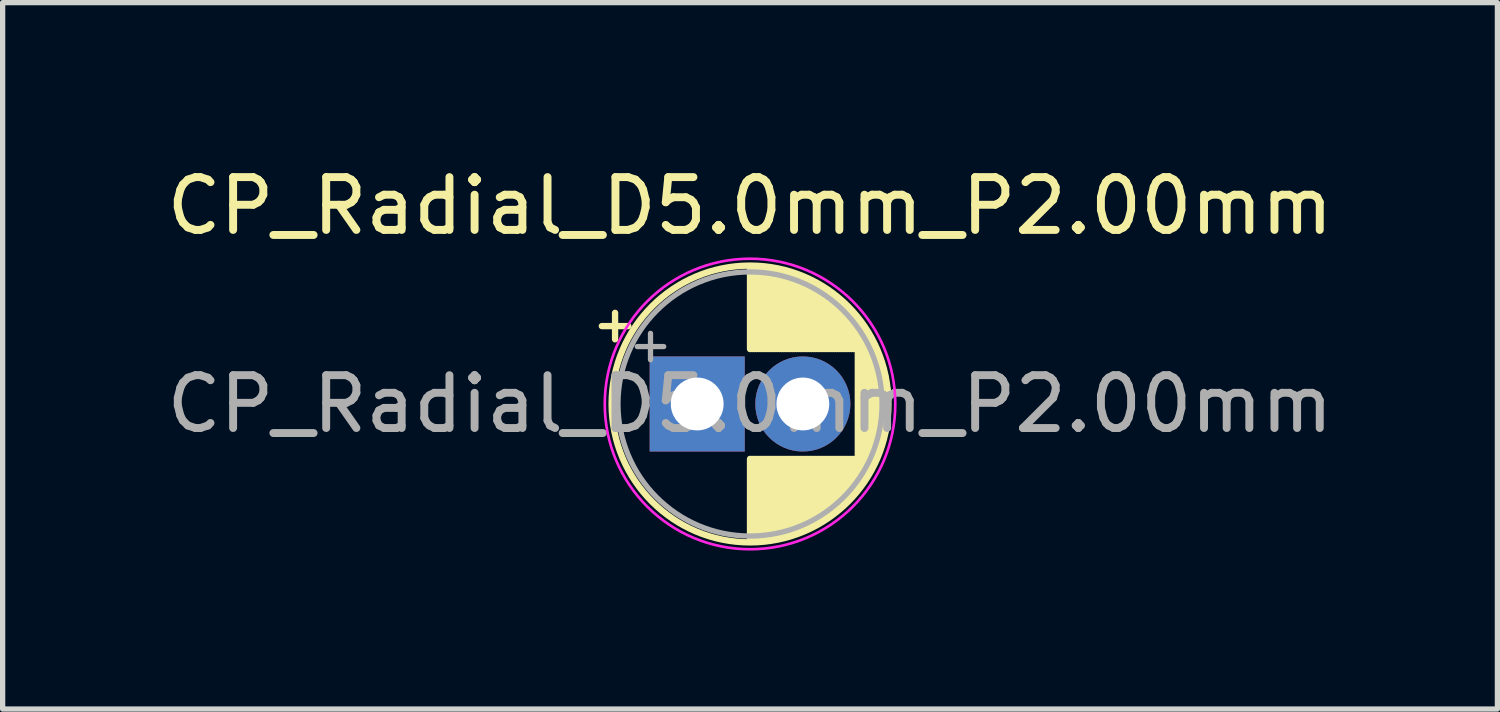
<source format=kicad_pcb>
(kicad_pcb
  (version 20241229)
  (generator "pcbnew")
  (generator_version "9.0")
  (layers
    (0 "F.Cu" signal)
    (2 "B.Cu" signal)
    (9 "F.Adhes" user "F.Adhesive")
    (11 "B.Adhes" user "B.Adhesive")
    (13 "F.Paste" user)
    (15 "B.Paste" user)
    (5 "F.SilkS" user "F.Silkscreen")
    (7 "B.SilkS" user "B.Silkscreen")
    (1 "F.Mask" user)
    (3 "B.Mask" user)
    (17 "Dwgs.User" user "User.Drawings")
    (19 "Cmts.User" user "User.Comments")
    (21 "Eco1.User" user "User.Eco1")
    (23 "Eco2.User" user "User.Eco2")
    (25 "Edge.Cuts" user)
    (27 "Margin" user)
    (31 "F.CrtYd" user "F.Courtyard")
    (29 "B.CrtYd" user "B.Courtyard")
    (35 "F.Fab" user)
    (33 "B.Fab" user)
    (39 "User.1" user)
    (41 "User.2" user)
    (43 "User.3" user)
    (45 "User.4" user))
  (footprint "CP_Radial_D5.0mm_P2.00mm"
    (layer "F.Cu")
    (at 10.149 4.598)
    (property "Reference" "CP_Radial_D5.0mm_P2.00mm" (at 1 -3.75 0) (layer "F.SilkS") (effects (font (size 1 1) (thickness 0.15))))
    (attr through_hole)
    (fp_line (start -1.805 -1.475) (end -1.305 -1.475) (stroke (width 0.12) (type solid)) (layer "F.SilkS"))
    (fp_line (start -1.555 -1.725) (end -1.555 -1.225) (stroke (width 0.12) (type solid)) (layer "F.SilkS"))
    (fp_line (start 1 -2.58) (end 1 -1.04) (stroke (width 0.12) (type solid)) (layer "F.SilkS"))
    (fp_line (start 1 1.04) (end 1 2.58) (stroke (width 0.12) (type solid)) (layer "F.SilkS"))
    (fp_line (start 1.04 -2.58) (end 1.04 -1.04) (stroke (width 0.12) (type solid)) (layer "F.SilkS"))
    (fp_line (start 1.04 1.04) (end 1.04 2.58) (stroke (width 0.12) (type solid)) (layer "F.SilkS"))
    (fp_line (start 1.08 -2.579) (end 1.08 -1.04) (stroke (width 0.12) (type solid)) (layer "F.SilkS"))
    (fp_line (start 1.08 1.04) (end 1.08 2.579) (stroke (width 0.12) (type solid)) (layer "F.SilkS"))
    (fp_line (start 1.12 -2.578) (end 1.12 -1.04) (stroke (width 0.12) (type solid)) (layer "F.SilkS"))
    (fp_line (start 1.12 1.04) (end 1.12 2.578) (stroke (width 0.12) (type solid)) (layer "F.SilkS"))
    (fp_line (start 1.16 -2.576) (end 1.16 -1.04) (stroke (width 0.12) (type solid)) (layer "F.SilkS"))
    (fp_line (start 1.16 1.04) (end 1.16 2.576) (stroke (width 0.12) (type solid)) (layer "F.SilkS"))
    (fp_line (start 1.2 -2.573) (end 1.2 -1.04) (stroke (width 0.12) (type solid)) (layer "F.SilkS"))
    (fp_line (start 1.2 1.04) (end 1.2 2.573) (stroke (width 0.12) (type solid)) (layer "F.SilkS"))
    (fp_line (start 1.24 -2.569) (end 1.24 -1.04) (stroke (width 0.12) (type solid)) (layer "F.SilkS"))
    (fp_line (start 1.24 1.04) (end 1.24 2.569) (stroke (width 0.12) (type solid)) (layer "F.SilkS"))
    (fp_line (start 1.28 -2.565) (end 1.28 -1.04) (stroke (width 0.12) (type solid)) (layer "F.SilkS"))
    (fp_line (start 1.28 1.04) (end 1.28 2.565) (stroke (width 0.12) (type solid)) (layer "F.SilkS"))
    (fp_line (start 1.32 -2.561) (end 1.32 -1.04) (stroke (width 0.12) (type solid)) (layer "F.SilkS"))
    (fp_line (start 1.32 1.04) (end 1.32 2.561) (stroke (width 0.12) (type solid)) (layer "F.SilkS"))
    (fp_line (start 1.36 -2.556) (end 1.36 -1.04) (stroke (width 0.12) (type solid)) (layer "F.SilkS"))
    (fp_line (start 1.36 1.04) (end 1.36 2.556) (stroke (width 0.12) (type solid)) (layer "F.SilkS"))
    (fp_line (start 1.4 -2.55) (end 1.4 -1.04) (stroke (width 0.12) (type solid)) (layer "F.SilkS"))
    (fp_line (start 1.4 1.04) (end 1.4 2.55) (stroke (width 0.12) (type solid)) (layer "F.SilkS"))
    (fp_line (start 1.44 -2.543) (end 1.44 -1.04) (stroke (width 0.12) (type solid)) (layer "F.SilkS"))
    (fp_line (start 1.44 1.04) (end 1.44 2.543) (stroke (width 0.12) (type solid)) (layer "F.SilkS"))
    (fp_line (start 1.48 -2.536) (end 1.48 -1.04) (stroke (width 0.12) (type solid)) (layer "F.SilkS"))
    (fp_line (start 1.48 1.04) (end 1.48 2.536) (stroke (width 0.12) (type solid)) (layer "F.SilkS"))
    (fp_line (start 1.52 -2.528) (end 1.52 -1.04) (stroke (width 0.12) (type solid)) (layer "F.SilkS"))
    (fp_line (start 1.52 1.04) (end 1.52 2.528) (stroke (width 0.12) (type solid)) (layer "F.SilkS"))
    (fp_line (start 1.56 -2.52) (end 1.56 -1.04) (stroke (width 0.12) (type solid)) (layer "F.SilkS"))
    (fp_line (start 1.56 1.04) (end 1.56 2.52) (stroke (width 0.12) (type solid)) (layer "F.SilkS"))
    (fp_line (start 1.6 -2.511) (end 1.6 -1.04) (stroke (width 0.12) (type solid)) (layer "F.SilkS"))
    (fp_line (start 1.6 1.04) (end 1.6 2.511) (stroke (width 0.12) (type solid)) (layer "F.SilkS"))
    (fp_line (start 1.64 -2.501) (end 1.64 -1.04) (stroke (width 0.12) (type solid)) (layer "F.SilkS"))
    (fp_line (start 1.64 1.04) (end 1.64 2.501) (stroke (width 0.12) (type solid)) (layer "F.SilkS"))
    (fp_line (start 1.68 -2.491) (end 1.68 -1.04) (stroke (width 0.12) (type solid)) (layer "F.SilkS"))
    (fp_line (start 1.68 1.04) (end 1.68 2.491) (stroke (width 0.12) (type solid)) (layer "F.SilkS"))
    (fp_line (start 1.721 -2.48) (end 1.721 -1.04) (stroke (width 0.12) (type solid)) (layer "F.SilkS"))
    (fp_line (start 1.721 1.04) (end 1.721 2.48) (stroke (width 0.12) (type solid)) (layer "F.SilkS"))
    (fp_line (start 1.761 -2.468) (end 1.761 -1.04) (stroke (width 0.12) (type solid)) (layer "F.SilkS"))
    (fp_line (start 1.761 1.04) (end 1.761 2.468) (stroke (width 0.12) (type solid)) (layer "F.SilkS"))
    (fp_line (start 1.801 -2.455) (end 1.801 -1.04) (stroke (width 0.12) (type solid)) (layer "F.SilkS"))
    (fp_line (start 1.801 1.04) (end 1.801 2.455) (stroke (width 0.12) (type solid)) (layer "F.SilkS"))
    (fp_line (start 1.841 -2.442) (end 1.841 -1.04) (stroke (width 0.12) (type solid)) (layer "F.SilkS"))
    (fp_line (start 1.841 1.04) (end 1.841 2.442) (stroke (width 0.12) (type solid)) (layer "F.SilkS"))
    (fp_line (start 1.881 -2.428) (end 1.881 -1.04) (stroke (width 0.12) (type solid)) (layer "F.SilkS"))
    (fp_line (start 1.881 1.04) (end 1.881 2.428) (stroke (width 0.12) (type solid)) (layer "F.SilkS"))
    (fp_line (start 1.921 -2.414) (end 1.921 -1.04) (stroke (width 0.12) (type solid)) (layer "F.SilkS"))
    (fp_line (start 1.921 1.04) (end 1.921 2.414) (stroke (width 0.12) (type solid)) (layer "F.SilkS"))
    (fp_line (start 1.961 -2.398) (end 1.961 -1.04) (stroke (width 0.12) (type solid)) (layer "F.SilkS"))
    (fp_line (start 1.961 1.04) (end 1.961 2.398) (stroke (width 0.12) (type solid)) (layer "F.SilkS"))
    (fp_line (start 2.001 -2.382) (end 2.001 -1.04) (stroke (width 0.12) (type solid)) (layer "F.SilkS"))
    (fp_line (start 2.001 1.04) (end 2.001 2.382) (stroke (width 0.12) (type solid)) (layer "F.SilkS"))
    (fp_line (start 2.041 -2.365) (end 2.041 -1.04) (stroke (width 0.12) (type solid)) (layer "F.SilkS"))
    (fp_line (start 2.041 1.04) (end 2.041 2.365) (stroke (width 0.12) (type solid)) (layer "F.SilkS"))
    (fp_line (start 2.081 -2.348) (end 2.081 -1.04) (stroke (width 0.12) (type solid)) (layer "F.SilkS"))
    (fp_line (start 2.081 1.04) (end 2.081 2.348) (stroke (width 0.12) (type solid)) (layer "F.SilkS"))
    (fp_line (start 2.121 -2.329) (end 2.121 -1.04) (stroke (width 0.12) (type solid)) (layer "F.SilkS"))
    (fp_line (start 2.121 1.04) (end 2.121 2.329) (stroke (width 0.12) (type solid)) (layer "F.SilkS"))
    (fp_line (start 2.161 -2.31) (end 2.161 -1.04) (stroke (width 0.12) (type solid)) (layer "F.SilkS"))
    (fp_line (start 2.161 1.04) (end 2.161 2.31) (stroke (width 0.12) (type solid)) (layer "F.SilkS"))
    (fp_line (start 2.201 -2.29) (end 2.201 -1.04) (stroke (width 0.12) (type solid)) (layer "F.SilkS"))
    (fp_line (start 2.201 1.04) (end 2.201 2.29) (stroke (width 0.12) (type solid)) (layer "F.SilkS"))
    (fp_line (start 2.241 -2.268) (end 2.241 -1.04) (stroke (width 0.12) (type solid)) (layer "F.SilkS"))
    (fp_line (start 2.241 1.04) (end 2.241 2.268) (stroke (width 0.12) (type solid)) (layer "F.SilkS"))
    (fp_line (start 2.281 -2.247) (end 2.281 -1.04) (stroke (width 0.12) (type solid)) (layer "F.SilkS"))
    (fp_line (start 2.281 1.04) (end 2.281 2.247) (stroke (width 0.12) (type solid)) (layer "F.SilkS"))
    (fp_line (start 2.321 -2.224) (end 2.321 -1.04) (stroke (width 0.12) (type solid)) (layer "F.SilkS"))
    (fp_line (start 2.321 1.04) (end 2.321 2.224) (stroke (width 0.12) (type solid)) (layer "F.SilkS"))
    (fp_line (start 2.361 -2.2) (end 2.361 -1.04) (stroke (width 0.12) (type solid)) (layer "F.SilkS"))
    (fp_line (start 2.361 1.04) (end 2.361 2.2) (stroke (width 0.12) (type solid)) (layer "F.SilkS"))
    (fp_line (start 2.401 -2.175) (end 2.401 -1.04) (stroke (width 0.12) (type solid)) (layer "F.SilkS"))
    (fp_line (start 2.401 1.04) (end 2.401 2.175) (stroke (width 0.12) (type solid)) (layer "F.SilkS"))
    (fp_line (start 2.441 -2.149) (end 2.441 -1.04) (stroke (width 0.12) (type solid)) (layer "F.SilkS"))
    (fp_line (start 2.441 1.04) (end 2.441 2.149) (stroke (width 0.12) (type solid)) (layer "F.SilkS"))
    (fp_line (start 2.481 -2.122) (end 2.481 -1.04) (stroke (width 0.12) (type solid)) (layer "F.SilkS"))
    (fp_line (start 2.481 1.04) (end 2.481 2.122) (stroke (width 0.12) (type solid)) (layer "F.SilkS"))
    (fp_line (start 2.521 -2.095) (end 2.521 -1.04) (stroke (width 0.12) (type solid)) (layer "F.SilkS"))
    (fp_line (start 2.521 1.04) (end 2.521 2.095) (stroke (width 0.12) (type solid)) (layer "F.SilkS"))
    (fp_line (start 2.561 -2.065) (end 2.561 -1.04) (stroke (width 0.12) (type solid)) (layer "F.SilkS"))
    (fp_line (start 2.561 1.04) (end 2.561 2.065) (stroke (width 0.12) (type solid)) (layer "F.SilkS"))
    (fp_line (start 2.601 -2.035) (end 2.601 -1.04) (stroke (width 0.12) (type solid)) (layer "F.SilkS"))
    (fp_line (start 2.601 1.04) (end 2.601 2.035) (stroke (width 0.12) (type solid)) (layer "F.SilkS"))
    (fp_line (start 2.641 -2.004) (end 2.641 -1.04) (stroke (width 0.12) (type solid)) (layer "F.SilkS"))
    (fp_line (start 2.641 1.04) (end 2.641 2.004) (stroke (width 0.12) (type solid)) (layer "F.SilkS"))
    (fp_line (start 2.681 -1.971) (end 2.681 -1.04) (stroke (width 0.12) (type solid)) (layer "F.SilkS"))
    (fp_line (start 2.681 1.04) (end 2.681 1.971) (stroke (width 0.12) (type solid)) (layer "F.SilkS"))
    (fp_line (start 2.721 -1.937) (end 2.721 -1.04) (stroke (width 0.12) (type solid)) (layer "F.SilkS"))
    (fp_line (start 2.721 1.04) (end 2.721 1.937) (stroke (width 0.12) (type solid)) (layer "F.SilkS"))
    (fp_line (start 2.761 -1.901) (end 2.761 -1.04) (stroke (width 0.12) (type solid)) (layer "F.SilkS"))
    (fp_line (start 2.761 1.04) (end 2.761 1.901) (stroke (width 0.12) (type solid)) (layer "F.SilkS"))
    (fp_line (start 2.801 -1.864) (end 2.801 -1.04) (stroke (width 0.12) (type solid)) (layer "F.SilkS"))
    (fp_line (start 2.801 1.04) (end 2.801 1.864) (stroke (width 0.12) (type solid)) (layer "F.SilkS"))
    (fp_line (start 2.841 -1.826) (end 2.841 -1.04) (stroke (width 0.12) (type solid)) (layer "F.SilkS"))
    (fp_line (start 2.841 1.04) (end 2.841 1.826) (stroke (width 0.12) (type solid)) (layer "F.SilkS"))
    (fp_line (start 2.881 -1.785) (end 2.881 -1.04) (stroke (width 0.12) (type solid)) (layer "F.SilkS"))
    (fp_line (start 2.881 1.04) (end 2.881 1.785) (stroke (width 0.12) (type solid)) (layer "F.SilkS"))
    (fp_line (start 2.921 -1.743) (end 2.921 -1.04) (stroke (width 0.12) (type solid)) (layer "F.SilkS"))
    (fp_line (start 2.921 1.04) (end 2.921 1.743) (stroke (width 0.12) (type solid)) (layer "F.SilkS"))
    (fp_line (start 2.961 -1.699) (end 2.961 -1.04) (stroke (width 0.12) (type solid)) (layer "F.SilkS"))
    (fp_line (start 2.961 1.04) (end 2.961 1.699) (stroke (width 0.12) (type solid)) (layer "F.SilkS"))
    (fp_line (start 3.001 -1.653) (end 3.001 -1.04) (stroke (width 0.12) (type solid)) (layer "F.SilkS"))
    (fp_line (start 3.001 1.04) (end 3.001 1.653) (stroke (width 0.12) (type solid)) (layer "F.SilkS"))
    (fp_line (start 3.041 -1.605) (end 3.041 1.605) (stroke (width 0.12) (type solid)) (layer "F.SilkS"))
    (fp_line (start 3.081 -1.554) (end 3.081 1.554) (stroke (width 0.12) (type solid)) (layer "F.SilkS"))
    (fp_line (start 3.121 -1.5) (end 3.121 1.5) (stroke (width 0.12) (type solid)) (layer "F.SilkS"))
    (fp_line (start 3.161 -1.443) (end 3.161 1.443) (stroke (width 0.12) (type solid)) (layer "F.SilkS"))
    (fp_line (start 3.201 -1.383) (end 3.201 1.383) (stroke (width 0.12) (type solid)) (layer "F.SilkS"))
    (fp_line (start 3.241 -1.319) (end 3.241 1.319) (stroke (width 0.12) (type solid)) (layer "F.SilkS"))
    (fp_line (start 3.281 -1.251) (end 3.281 1.251) (stroke (width 0.12) (type solid)) (layer "F.SilkS"))
    (fp_line (start 3.321 -1.178) (end 3.321 1.178) (stroke (width 0.12) (type solid)) (layer "F.SilkS"))
    (fp_line (start 3.361 -1.098) (end 3.361 1.098) (stroke (width 0.12) (type solid)) (layer "F.SilkS"))
    (fp_line (start 3.401 -1.011) (end 3.401 1.011) (stroke (width 0.12) (type solid)) (layer "F.SilkS"))
    (fp_line (start 3.441 -0.915) (end 3.441 0.915) (stroke (width 0.12) (type solid)) (layer "F.SilkS"))
    (fp_line (start 3.481 -0.805) (end 3.481 0.805) (stroke (width 0.12) (type solid)) (layer "F.SilkS"))
    (fp_line (start 3.521 -0.677) (end 3.521 0.677) (stroke (width 0.12) (type solid)) (layer "F.SilkS"))
    (fp_line (start 3.561 -0.518) (end 3.561 0.518) (stroke (width 0.12) (type solid)) (layer "F.SilkS"))
    (fp_line (start 3.601 -0.284) (end 3.601 0.284) (stroke (width 0.12) (type solid)) (layer "F.SilkS"))
    (fp_circle (center 1 0) (end 3.62 0) (stroke (width 0.12) (type solid)) (fill no) (layer "F.SilkS"))
    (fp_circle (center 1 0) (end 3.75 0) (stroke (width 0.05) (type solid)) (fill no) (layer "F.CrtYd"))
    (fp_line (start -1.134 -1.087) (end -0.634 -1.087) (stroke (width 0.1) (type solid)) (layer "F.Fab"))
    (fp_line (start -0.884 -1.337) (end -0.884 -0.838) (stroke (width 0.1) (type solid)) (layer "F.Fab"))
    (fp_circle (center 1 0) (end 3.5 0) (stroke (width 0.1) (type solid)) (fill no) (layer "F.Fab"))
    (fp_text user "${REFERENCE}" (at 1 0 0) (layer "F.Fab") (effects (font (size 1 1) (thickness 0.15))))
    (pad "1" thru_hole rect (at 0 0) (size 1.8 1.8) (drill 1) (layers "*.Cu" "*.Mask"))
    (pad "2" thru_hole circle (at 2 0) (size 1.8 1.8) (drill 1) (layers "*.Cu" "*.Mask")))
  (gr_rect
    (start -3 -3)
    (end 25.298 10.373)
    (stroke (width 0.1) (type default))
    (fill no)
    (layer "Edge.Cuts")))
</source>
